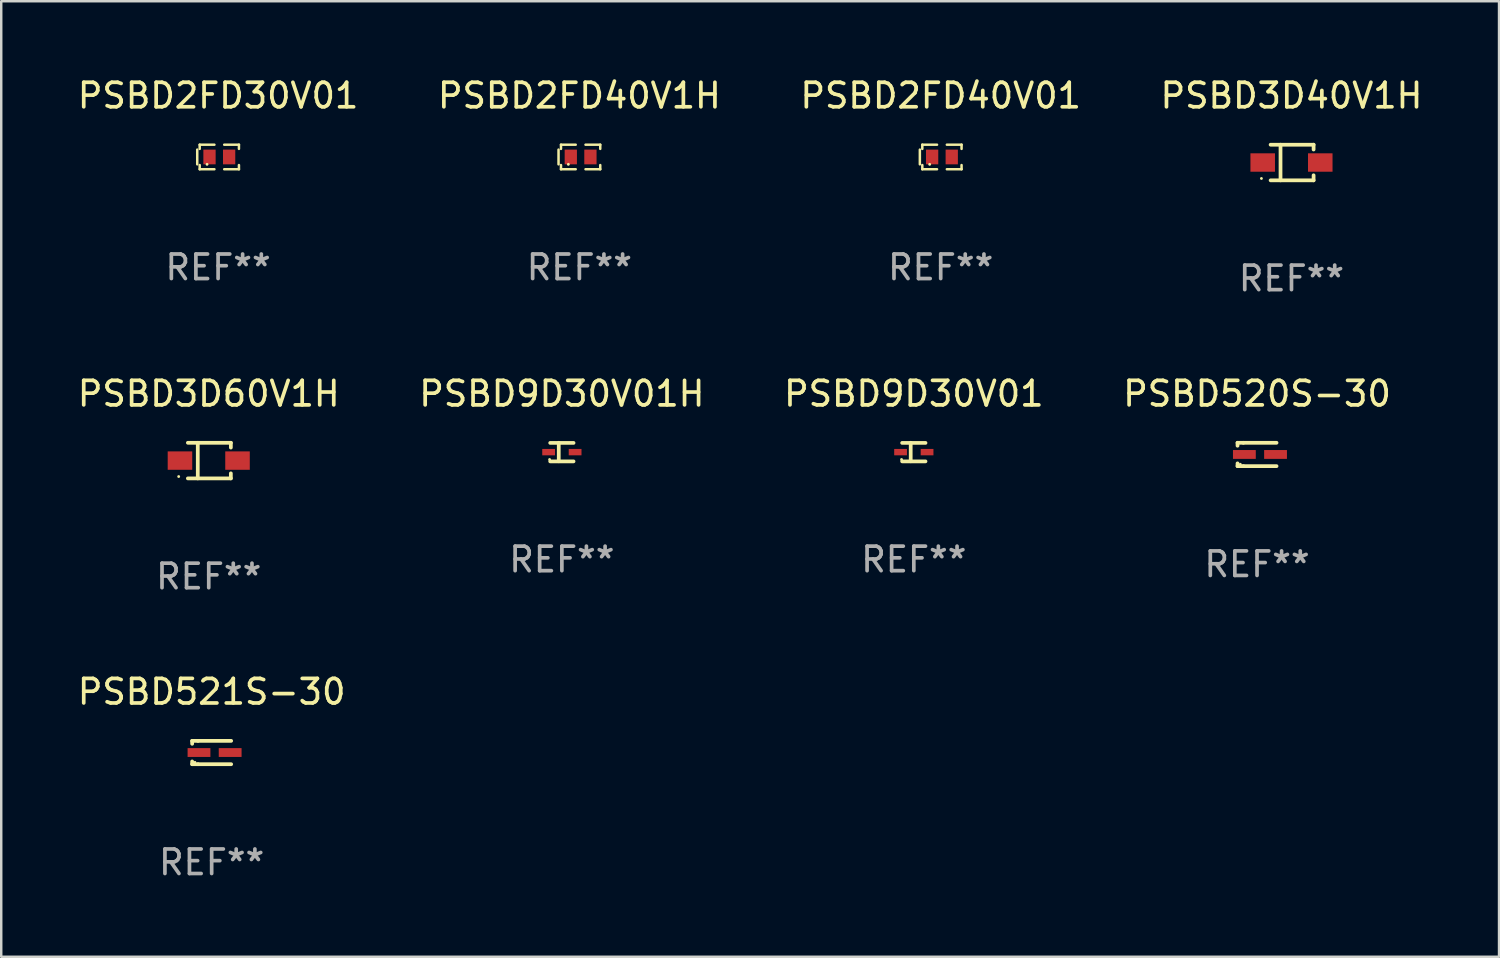
<source format=kicad_pcb>
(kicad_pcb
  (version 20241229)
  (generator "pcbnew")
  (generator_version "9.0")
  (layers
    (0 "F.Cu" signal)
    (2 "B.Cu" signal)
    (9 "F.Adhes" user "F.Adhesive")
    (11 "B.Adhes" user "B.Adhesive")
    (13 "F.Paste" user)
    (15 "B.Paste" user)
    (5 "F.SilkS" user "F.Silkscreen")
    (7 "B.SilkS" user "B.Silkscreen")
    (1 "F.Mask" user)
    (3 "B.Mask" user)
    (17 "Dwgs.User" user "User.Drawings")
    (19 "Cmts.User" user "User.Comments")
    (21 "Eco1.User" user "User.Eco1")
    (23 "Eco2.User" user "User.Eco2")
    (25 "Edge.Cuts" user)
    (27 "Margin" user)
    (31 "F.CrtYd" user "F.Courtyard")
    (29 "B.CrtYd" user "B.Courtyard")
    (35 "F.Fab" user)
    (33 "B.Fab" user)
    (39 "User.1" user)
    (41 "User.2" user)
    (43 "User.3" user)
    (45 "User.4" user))
  (footprint "PSBD3D60V1H"
    (layer "F.Cu")
    (at 5.458 15.723)
    (property "Reference" "PSBD3D60V1H" (at 0 -2.726 0) (layer "F.SilkS") (effects (font (size 1 1) (thickness 0.15))))
    (attr through_hole)
    (fp_line (start -0.851 -0.726) (end 0.901 -0.726) (stroke (width 0.152) (type solid)) (layer "F.SilkS"))
    (fp_line (start -0.851 0.726) (end 0.901 0.726) (stroke (width 0.152) (type solid)) (layer "F.SilkS"))
    (fp_line (start -0.447 -0.726) (end -0.447 0.726) (stroke (width 0.152) (type solid)) (layer "F.SilkS"))
    (fp_line (start 0.901 -0.726) (end 0.901 -0.53) (stroke (width 0.152) (type solid)) (layer "F.SilkS"))
    (fp_line (start 0.901 0.726) (end 0.901 0.52) (stroke (width 0.152) (type solid)) (layer "F.SilkS"))
    (fp_circle (center -1.225 0.65) (end -1.195 0.65) (stroke (width 0.06) (type solid)) (fill no) (layer "F.SilkS"))
    (fp_text user "REF**" (at 0 4.726 0) (layer "F.Fab") (effects (font (size 1 1) (thickness 0.15))))
    (pad "1" smd rect (at -1.173 0) (size 1 0.75) (layers "F.Cu" "F.Mask" "F.Paste"))
    (pad "2" smd rect (at 1.173 0) (size 1 0.75) (layers "F.Cu" "F.Mask" "F.Paste")))
  (footprint "PSBD9D30V01"
    (layer "F.Cu")
    (at 34.196 15.376)
    (property "Reference" "PSBD9D30V01" (at 0 -2.379 0) (layer "F.SilkS") (effects (font (size 1 1) (thickness 0.15))))
    (attr through_hole)
    (fp_line (start -0.476 -0.374) (end 0.476 -0.374) (stroke (width 0.152) (type solid)) (layer "F.SilkS"))
    (fp_line (start -0.476 0.379) (end 0.476 0.379) (stroke (width 0.152) (type solid)) (layer "F.SilkS"))
    (fp_line (start -0.127 -0.379) (end -0.127 0.374) (stroke (width 0.152) (type solid)) (layer "F.SilkS"))
    (fp_circle (center -0.5 0.302) (end -0.47 0.302) (stroke (width 0.06) (type solid)) (fill no) (layer "F.SilkS"))
    (fp_text user "REF**" (at 0 4.379 0) (layer "F.Fab") (effects (font (size 1 1) (thickness 0.15))))
    (pad "1" smd rect (at -0.54 0.002 180) (size 0.52 0.26) (layers "F.Cu" "F.Mask" "F.Paste"))
    (pad "2" smd rect (at 0.54 0.002 180) (size 0.52 0.26) (layers "F.Cu" "F.Mask" "F.Paste")))
  (footprint "PSBD520S-30"
    (layer "F.Cu")
    (at 48.185 15.473)
    (property "Reference" "PSBD520S-30" (at 0 -2.476 0) (layer "F.SilkS") (effects (font (size 1 1) (thickness 0.15))))
    (attr through_hole)
    (fp_line (start -0.795 -0.476) (end -0.795 -0.356) (stroke (width 0.152) (type solid)) (layer "F.SilkS"))
    (fp_line (start -0.795 0.363) (end -0.795 0.476) (stroke (width 0.152) (type solid)) (layer "F.SilkS"))
    (fp_line (start -0.795 0.476) (end -0.557 0.476) (stroke (width 0.152) (type solid)) (layer "F.SilkS"))
    (fp_line (start -0.557 -0.476) (end -0.795 -0.476) (stroke (width 0.152) (type solid)) (layer "F.SilkS"))
    (fp_line (start -0.557 -0.476) (end 0.795 -0.476) (stroke (width 0.152) (type solid)) (layer "F.SilkS"))
    (fp_line (start -0.557 0.476) (end 0.795 0.476) (stroke (width 0.152) (type solid)) (layer "F.SilkS"))
    (fp_circle (center -0.681 0.4) (end -0.651 0.4) (stroke (width 0.06) (type solid)) (fill no) (layer "F.SilkS"))
    (fp_text user "REF**" (at 0 4.476 0) (layer "F.Fab") (effects (font (size 1 1) (thickness 0.15))))
    (pad "1" smd rect (at -0.516 0 180) (size 0.93 0.36) (layers "F.Cu" "F.Mask" "F.Paste"))
    (pad "2" smd rect (at 0.754 0 180) (size 0.93 0.36) (layers "F.Cu" "F.Mask" "F.Paste")))
  (footprint "PSBD3D40V1H"
    (layer "F.Cu")
    (at 49.589 3.574)
    (property "Reference" "PSBD3D40V1H" (at 0 -2.726 0) (layer "F.SilkS") (effects (font (size 1 1) (thickness 0.15))))
    (attr through_hole)
    (fp_line (start -0.851 -0.726) (end 0.901 -0.726) (stroke (width 0.152) (type solid)) (layer "F.SilkS"))
    (fp_line (start -0.851 0.726) (end 0.901 0.726) (stroke (width 0.152) (type solid)) (layer "F.SilkS"))
    (fp_line (start -0.447 -0.726) (end -0.447 0.726) (stroke (width 0.152) (type solid)) (layer "F.SilkS"))
    (fp_line (start 0.901 -0.726) (end 0.901 -0.53) (stroke (width 0.152) (type solid)) (layer "F.SilkS"))
    (fp_line (start 0.901 0.726) (end 0.901 0.52) (stroke (width 0.152) (type solid)) (layer "F.SilkS"))
    (fp_circle (center -1.225 0.65) (end -1.195 0.65) (stroke (width 0.06) (type solid)) (fill no) (layer "F.SilkS"))
    (fp_text user "REF**" (at 0 4.726 0) (layer "F.Fab") (effects (font (size 1 1) (thickness 0.15))))
    (pad "1" smd rect (at -1.173 0) (size 1 0.75) (layers "F.Cu" "F.Mask" "F.Paste"))
    (pad "2" smd rect (at 1.173 0) (size 1 0.75) (layers "F.Cu" "F.Mask" "F.Paste")))
  (footprint "PSBD2FD40V01"
    (layer "F.Cu")
    (at 35.292 3.348)
    (property "Reference" "PSBD2FD40V01" (at 0 -2.5 0) (layer "F.SilkS") (effects (font (size 1 1) (thickness 0.15))))
    (attr through_hole)
    (fp_line (start -0.85 -0.3) (end -0.85 0.3) (stroke (width 0.102) (type solid)) (layer "F.SilkS"))
    (fp_line (start -0.75 -0.5) (end -0.75 -0.329) (stroke (width 0.102) (type solid)) (layer "F.SilkS"))
    (fp_line (start -0.75 0.329) (end -0.75 0.5) (stroke (width 0.102) (type solid)) (layer "F.SilkS"))
    (fp_line (start -0.75 0.5) (end -0.15 0.5) (stroke (width 0.102) (type solid)) (layer "F.SilkS"))
    (fp_line (start -0.15 -0.5) (end -0.75 -0.5) (stroke (width 0.102) (type solid)) (layer "F.SilkS"))
    (fp_line (start 0.25 -0.5) (end 0.85 -0.5) (stroke (width 0.102) (type solid)) (layer "F.SilkS"))
    (fp_line (start 0.85 -0.5) (end 0.85 -0.33) (stroke (width 0.102) (type solid)) (layer "F.SilkS"))
    (fp_line (start 0.85 0.33) (end 0.85 0.5) (stroke (width 0.102) (type solid)) (layer "F.SilkS"))
    (fp_line (start 0.85 0.5) (end 0.25 0.5) (stroke (width 0.102) (type solid)) (layer "F.SilkS"))
    (fp_circle (center -0.45 0.3) (end -0.42 0.3) (stroke (width 0.06) (type solid)) (fill no) (layer "F.SilkS"))
    (fp_text user "REF**" (at 0 4.5 0) (layer "F.Fab") (effects (font (size 1 1) (thickness 0.15))))
    (pad "1" smd rect (at -0.35 0) (size 0.5 0.6) (layers "F.Cu" "F.Mask" "F.Paste"))
    (pad "2" smd rect (at 0.45 0) (size 0.5 0.6) (layers "F.Cu" "F.Mask" "F.Paste")))
  (footprint "PSBD521S-30"
    (layer "F.Cu")
    (at 5.577 27.622)
    (property "Reference" "PSBD521S-30" (at 0 -2.476 0) (layer "F.SilkS") (effects (font (size 1 1) (thickness 0.15))))
    (attr through_hole)
    (fp_line (start -0.795 -0.476) (end -0.795 -0.356) (stroke (width 0.152) (type solid)) (layer "F.SilkS"))
    (fp_line (start -0.795 0.363) (end -0.795 0.476) (stroke (width 0.152) (type solid)) (layer "F.SilkS"))
    (fp_line (start -0.795 0.476) (end -0.557 0.476) (stroke (width 0.152) (type solid)) (layer "F.SilkS"))
    (fp_line (start -0.557 -0.476) (end -0.795 -0.476) (stroke (width 0.152) (type solid)) (layer "F.SilkS"))
    (fp_line (start -0.557 -0.476) (end 0.795 -0.476) (stroke (width 0.152) (type solid)) (layer "F.SilkS"))
    (fp_line (start -0.557 0.476) (end 0.795 0.476) (stroke (width 0.152) (type solid)) (layer "F.SilkS"))
    (fp_circle (center -0.681 0.4) (end -0.651 0.4) (stroke (width 0.06) (type solid)) (fill no) (layer "F.SilkS"))
    (fp_text user "REF**" (at 0 4.476 0) (layer "F.Fab") (effects (font (size 1 1) (thickness 0.15))))
    (pad "1" smd rect (at -0.516 0 180) (size 0.93 0.36) (layers "F.Cu" "F.Mask" "F.Paste"))
    (pad "2" smd rect (at 0.754 0 180) (size 0.93 0.36) (layers "F.Cu" "F.Mask" "F.Paste")))
  (footprint "PSBD2FD40V1H"
    (layer "F.Cu")
    (at 20.565 3.348)
    (property "Reference" "PSBD2FD40V1H" (at 0 -2.5 0) (layer "F.SilkS") (effects (font (size 1 1) (thickness 0.15))))
    (attr through_hole)
    (fp_line (start -0.85 -0.3) (end -0.85 0.3) (stroke (width 0.102) (type solid)) (layer "F.SilkS"))
    (fp_line (start -0.75 -0.5) (end -0.75 -0.329) (stroke (width 0.102) (type solid)) (layer "F.SilkS"))
    (fp_line (start -0.75 0.329) (end -0.75 0.5) (stroke (width 0.102) (type solid)) (layer "F.SilkS"))
    (fp_line (start -0.75 0.5) (end -0.15 0.5) (stroke (width 0.102) (type solid)) (layer "F.SilkS"))
    (fp_line (start -0.15 -0.5) (end -0.75 -0.5) (stroke (width 0.102) (type solid)) (layer "F.SilkS"))
    (fp_line (start 0.25 -0.5) (end 0.85 -0.5) (stroke (width 0.102) (type solid)) (layer "F.SilkS"))
    (fp_line (start 0.85 -0.5) (end 0.85 -0.33) (stroke (width 0.102) (type solid)) (layer "F.SilkS"))
    (fp_line (start 0.85 0.33) (end 0.85 0.5) (stroke (width 0.102) (type solid)) (layer "F.SilkS"))
    (fp_line (start 0.85 0.5) (end 0.25 0.5) (stroke (width 0.102) (type solid)) (layer "F.SilkS"))
    (fp_circle (center -0.45 0.3) (end -0.42 0.3) (stroke (width 0.06) (type solid)) (fill no) (layer "F.SilkS"))
    (fp_text user "REF**" (at 0 4.5 0) (layer "F.Fab") (effects (font (size 1 1) (thickness 0.15))))
    (pad "1" smd rect (at -0.35 0) (size 0.5 0.6) (layers "F.Cu" "F.Mask" "F.Paste"))
    (pad "2" smd rect (at 0.45 0) (size 0.5 0.6) (layers "F.Cu" "F.Mask" "F.Paste")))
  (footprint "PSBD2FD30V01"
    (layer "F.Cu")
    (at 5.839 3.348)
    (property "Reference" "PSBD2FD30V01" (at 0 -2.5 0) (layer "F.SilkS") (effects (font (size 1 1) (thickness 0.15))))
    (attr through_hole)
    (fp_line (start -0.85 -0.3) (end -0.85 0.3) (stroke (width 0.102) (type solid)) (layer "F.SilkS"))
    (fp_line (start -0.75 -0.5) (end -0.75 -0.329) (stroke (width 0.102) (type solid)) (layer "F.SilkS"))
    (fp_line (start -0.75 0.329) (end -0.75 0.5) (stroke (width 0.102) (type solid)) (layer "F.SilkS"))
    (fp_line (start -0.75 0.5) (end -0.15 0.5) (stroke (width 0.102) (type solid)) (layer "F.SilkS"))
    (fp_line (start -0.15 -0.5) (end -0.75 -0.5) (stroke (width 0.102) (type solid)) (layer "F.SilkS"))
    (fp_line (start 0.25 -0.5) (end 0.85 -0.5) (stroke (width 0.102) (type solid)) (layer "F.SilkS"))
    (fp_line (start 0.85 -0.5) (end 0.85 -0.33) (stroke (width 0.102) (type solid)) (layer "F.SilkS"))
    (fp_line (start 0.85 0.33) (end 0.85 0.5) (stroke (width 0.102) (type solid)) (layer "F.SilkS"))
    (fp_line (start 0.85 0.5) (end 0.25 0.5) (stroke (width 0.102) (type solid)) (layer "F.SilkS"))
    (fp_circle (center -0.45 0.3) (end -0.42 0.3) (stroke (width 0.06) (type solid)) (fill no) (layer "F.SilkS"))
    (fp_text user "REF**" (at 0 4.5 0) (layer "F.Fab") (effects (font (size 1 1) (thickness 0.15))))
    (pad "1" smd rect (at -0.35 0) (size 0.5 0.6) (layers "F.Cu" "F.Mask" "F.Paste"))
    (pad "2" smd rect (at 0.45 0) (size 0.5 0.6) (layers "F.Cu" "F.Mask" "F.Paste")))
  (footprint "PSBD9D30V01H"
    (layer "F.Cu")
    (at 19.851 15.376)
    (property "Reference" "PSBD9D30V01H" (at 0 -2.379 0) (layer "F.SilkS") (effects (font (size 1 1) (thickness 0.15))))
    (attr through_hole)
    (fp_line (start -0.476 -0.374) (end 0.476 -0.374) (stroke (width 0.152) (type solid)) (layer "F.SilkS"))
    (fp_line (start -0.476 0.379) (end 0.476 0.379) (stroke (width 0.152) (type solid)) (layer "F.SilkS"))
    (fp_line (start -0.127 -0.379) (end -0.127 0.374) (stroke (width 0.152) (type solid)) (layer "F.SilkS"))
    (fp_circle (center -0.5 0.302) (end -0.47 0.302) (stroke (width 0.06) (type solid)) (fill no) (layer "F.SilkS"))
    (fp_text user "REF**" (at 0 4.379 0) (layer "F.Fab") (effects (font (size 1 1) (thickness 0.15))))
    (pad "1" smd rect (at -0.54 0.002 180) (size 0.52 0.26) (layers "F.Cu" "F.Mask" "F.Paste"))
    (pad "2" smd rect (at 0.54 0.002 180) (size 0.52 0.26) (layers "F.Cu" "F.Mask" "F.Paste")))
  (gr_rect
    (start -3 -3)
    (end 58.048 35.947)
    (stroke (width 0.1) (type default))
    (fill no)
    (layer "Edge.Cuts")))
</source>
